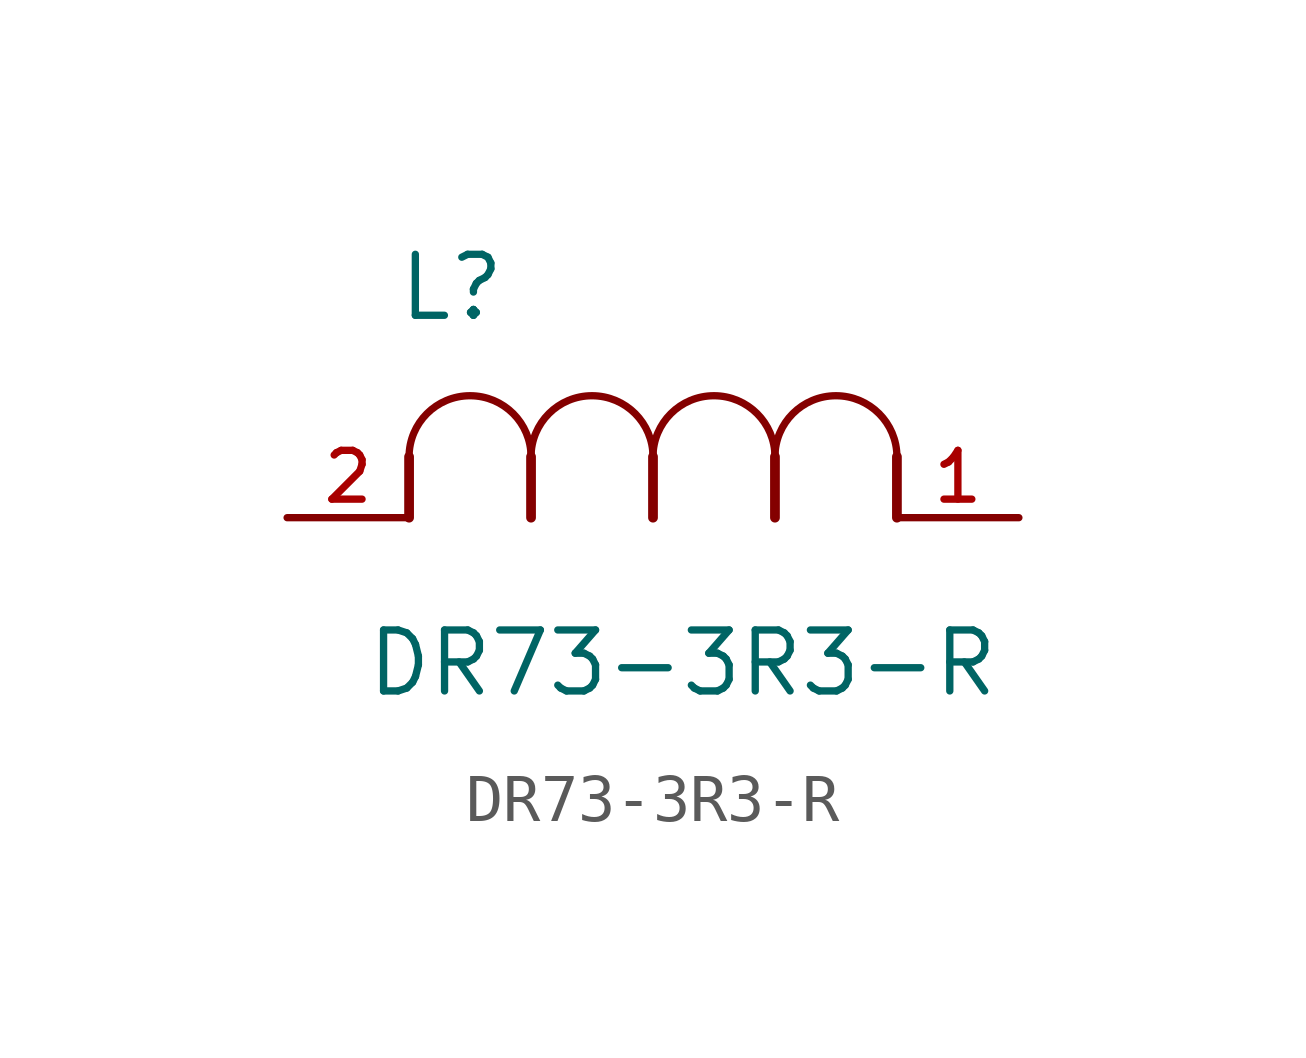
<source format=kicad_sym>
(kicad_symbol_lib
  (version 20211014)
  (generator kicad_symbol_editor)
  (symbol "DR73-3R3-R"
    (pin_names
      (offset 1.016))
    (property "Reference" "L"
      (at 2.268 4.052 0.0)
      (effects (font (size 1.27 1.27)) (justify bottom left)))
    (property "Value" "DR73-3R3-R"
      (at 1.606 -3.772 0.0)
      (effects (font (size 1.27 1.27)) (justify bottom left)))
    (symbol "DR73-3R3-R_0_0"
      (polyline (pts (xy 5.08 0.0) (xy 5.08 1.27)) (stroke (width 0.203)))
      (polyline (pts (xy 7.62 0.0) (xy 7.62 1.27)) (stroke (width 0.203)))
      (polyline (pts (xy 12.7 0.0) (xy 12.7 1.27)) (stroke (width 0.203)))
      (polyline (pts (xy 2.54 0.0) (xy 2.54 1.27)) (stroke (width 0.203)))
      (polyline (pts (xy 10.16 0.0) (xy 10.16 1.27)) (stroke (width 0.203)))
      (arc (start 7.62 1.27) (mid 6.35 2.54) (end 5.08 1.27) (stroke (width 0.0) (type default) (color 0 0 0 0)) (fill (type none)))
      (arc (start 5.08 1.27) (mid 3.81 2.54) (end 2.54 1.27) (stroke (width 0.0) (type default) (color 0 0 0 0)) (fill (type none)))
      (arc (start 10.16 1.27) (mid 8.89 2.54) (end 7.62 1.27) (stroke (width 0.0) (type default) (color 0 0 0 0)) (fill (type none)))
      (arc (start 12.7 1.27) (mid 11.43 2.54) (end 10.16 1.27) (stroke (width 0.0) (type default) (color 0 0 0 0)) (fill (type none)))
      (pin passive line (at 15.24 0.0 180.0) (length 2.54) (name "~" (effects (font (size 1.016 1.016)))) (number "1" (effects (font (size 1.016 1.016)))))
      (pin passive line (at 0.0 0.0 0) (length 2.54) (name "~" (effects (font (size 1.016 1.016)))) (number "2" (effects (font (size 1.016 1.016))))))))
</source>
